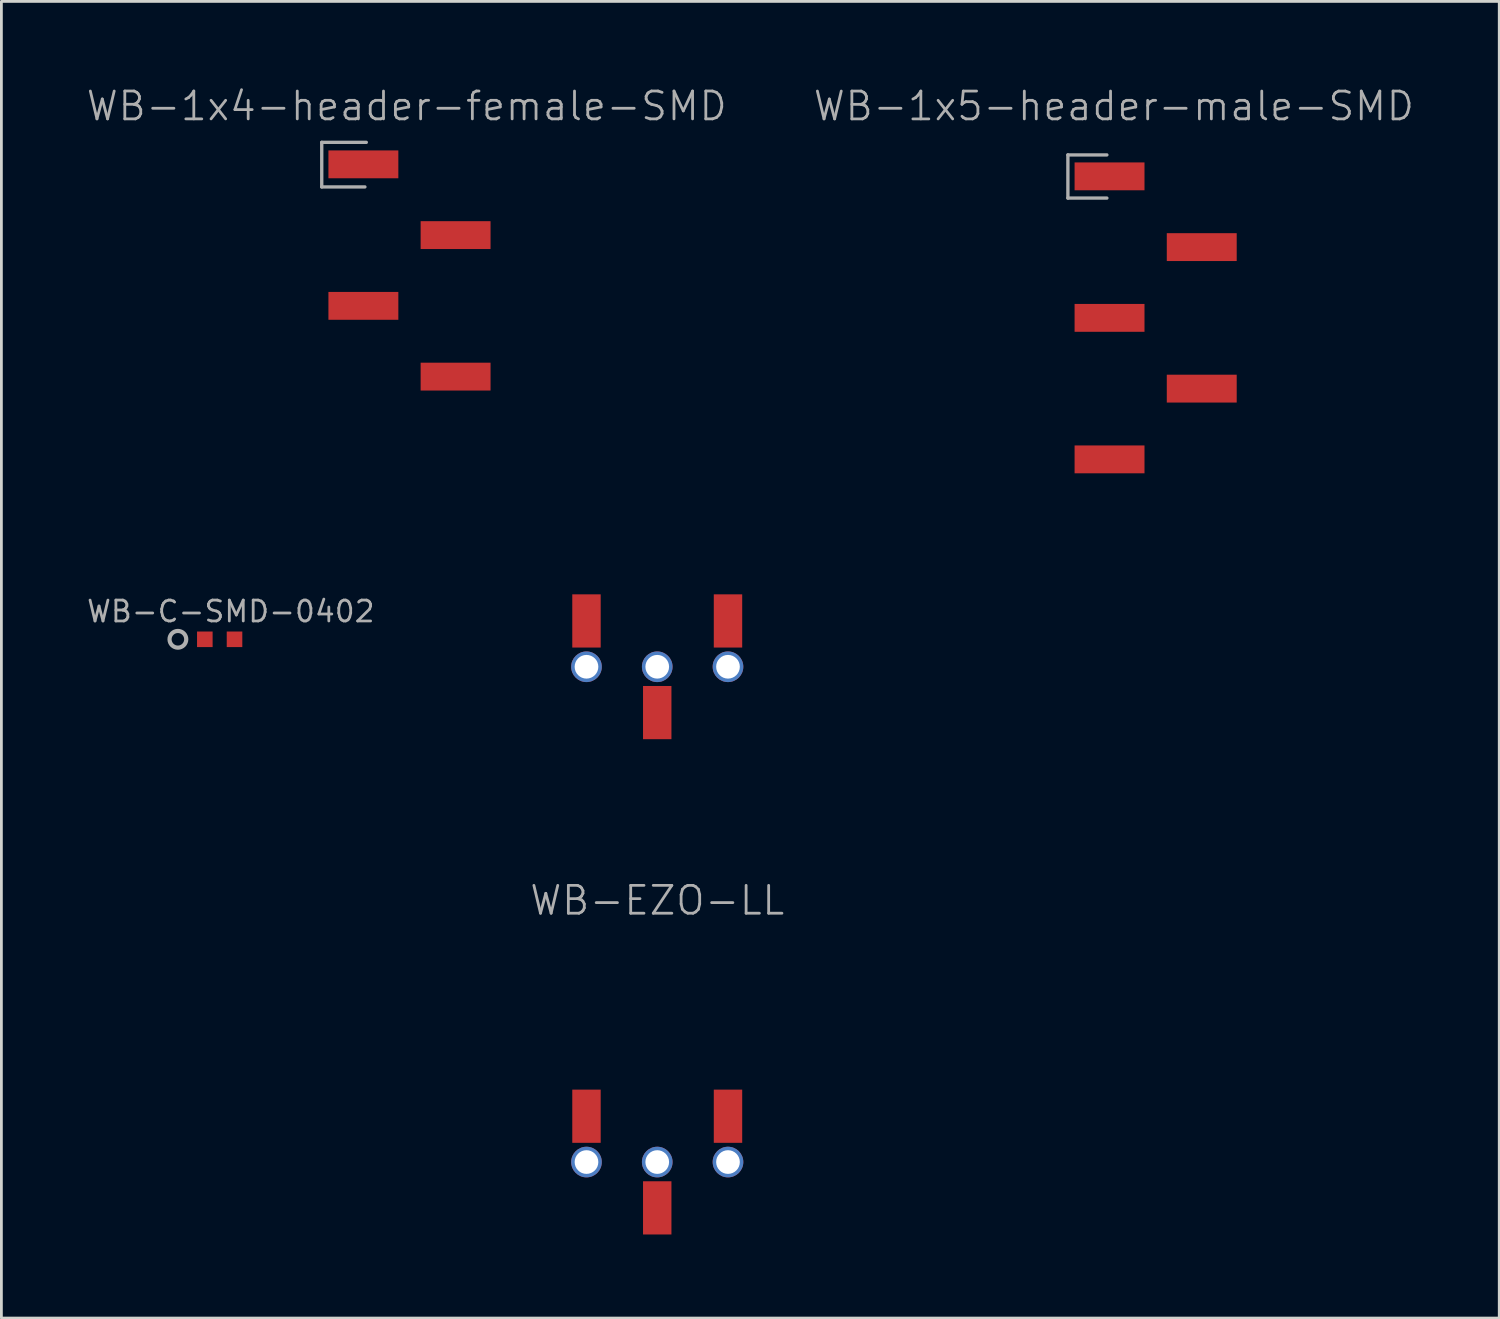
<source format=kicad_pcb>
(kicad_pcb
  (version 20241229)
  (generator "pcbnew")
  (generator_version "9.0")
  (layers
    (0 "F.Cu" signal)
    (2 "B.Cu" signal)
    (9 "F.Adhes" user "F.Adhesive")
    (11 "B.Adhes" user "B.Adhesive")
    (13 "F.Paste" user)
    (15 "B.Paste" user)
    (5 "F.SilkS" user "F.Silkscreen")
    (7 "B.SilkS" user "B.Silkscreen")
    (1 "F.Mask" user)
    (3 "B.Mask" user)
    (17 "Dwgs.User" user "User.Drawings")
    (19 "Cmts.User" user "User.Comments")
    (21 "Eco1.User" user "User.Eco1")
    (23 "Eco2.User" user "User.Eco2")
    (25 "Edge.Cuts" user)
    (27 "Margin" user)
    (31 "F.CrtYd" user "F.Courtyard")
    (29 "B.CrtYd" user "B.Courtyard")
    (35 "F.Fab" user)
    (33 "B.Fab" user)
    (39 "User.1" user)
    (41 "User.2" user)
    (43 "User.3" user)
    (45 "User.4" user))
  (footprint "WB-EZO-LL"
    (layer "F.Cu")
    (at 20.544 29.776)
    (property "Reference" "WB-EZO-LL" (at 0 -0.5 0) (layer "F.Fab") (effects (font (size 1 1) (thickness 0.1))))
    (attr smd)
    (fp_line (start -6.998 -10.16) (end -6.998 10.16) (stroke (width 0.15) (type solid)) (layer "Eco1.User"))
    (fp_line (start -6.998 -10.16) (end 6.998 -10.16) (stroke (width 0.15) (type solid)) (layer "Eco1.User"))
    (fp_line (start -6.998 10.16) (end 6.998 10.16) (stroke (width 0.15) (type solid)) (layer "Eco1.User"))
    (fp_line (start -3.81 -10.14) (end -3.81 -7.64) (stroke (width 0.15) (type solid)) (layer "Eco1.User"))
    (fp_line (start -3.81 -10.14) (end 3.81 -10.14) (stroke (width 0.15) (type solid)) (layer "Eco1.User"))
    (fp_line (start -3.81 -7.64) (end 3.81 -7.64) (stroke (width 0.15) (type solid)) (layer "Eco1.User"))
    (fp_line (start -3.81 7.64) (end -3.81 10.14) (stroke (width 0.15) (type solid)) (layer "Eco1.User"))
    (fp_line (start -3.81 7.64) (end 3.81 7.64) (stroke (width 0.15) (type solid)) (layer "Eco1.User"))
    (fp_line (start -3.81 10.14) (end 3.81 10.14) (stroke (width 0.15) (type solid)) (layer "Eco1.User"))
    (fp_line (start 3.81 -10.14) (end 3.81 -7.64) (stroke (width 0.15) (type solid)) (layer "Eco1.User"))
    (fp_line (start 3.81 7.64) (end 3.81 10.14) (stroke (width 0.15) (type solid)) (layer "Eco1.User"))
    (fp_line (start 6.998 -10.16) (end 6.998 10.16) (stroke (width 0.15) (type solid)) (layer "Eco1.User"))
    (fp_circle (center -2.54 -8.89) (end -1.905 -8.89) (stroke (width 0.15) (type solid)) (fill no) (layer "Eco1.User"))
    (fp_circle (center -2.54 8.89) (end -1.905 8.89) (stroke (width 0.15) (type solid)) (fill no) (layer "Eco1.User"))
    (fp_circle (center 0 -8.89) (end 0.635 -8.89) (stroke (width 0.15) (type solid)) (fill no) (layer "Eco1.User"))
    (fp_circle (center 0 8.89) (end 0.635 8.89) (stroke (width 0.15) (type solid)) (fill no) (layer "Eco1.User"))
    (fp_circle (center 2.54 -8.89) (end 3.175 -8.89) (stroke (width 0.15) (type solid)) (fill no) (layer "Eco1.User"))
    (fp_circle (center 2.54 8.89) (end 3.175 8.89) (stroke (width 0.15) (type solid)) (fill no) (layer "Eco1.User"))
    (pad "1" smd rect (at -2.54 -10.535) (size 1.02 1.91) (layers "F.Cu" "F.Mask" "F.Paste"))
    (pad "1" thru_hole circle (at -2.54 -8.89) (size 1.1 1.1) (drill 0.85) (layers "*.Cu" "*.Mask"))
    (pad "2" thru_hole circle (at 0 -8.89) (size 1.1 1.1) (drill 0.85) (layers "*.Cu" "*.Mask"))
    (pad "2" smd rect (at 0 -7.245) (size 1.02 1.91) (layers "F.Cu" "F.Mask" "F.Paste"))
    (pad "3" smd rect (at 2.54 -10.535) (size 1.02 1.91) (layers "F.Cu" "F.Mask" "F.Paste"))
    (pad "3" thru_hole circle (at 2.54 -8.89) (size 1.1 1.1) (drill 0.85) (layers "*.Cu" "*.Mask"))
    (pad "4" smd rect (at -2.54 7.245) (size 1.02 1.91) (layers "F.Cu" "F.Mask" "F.Paste"))
    (pad "4" thru_hole circle (at -2.54 8.89) (size 1.1 1.1) (drill 0.85) (layers "*.Cu" "*.Mask"))
    (pad "5" thru_hole circle (at 0 8.89) (size 1.1 1.1) (drill 0.85) (layers "*.Cu" "*.Mask"))
    (pad "5" smd rect (at 0 10.535) (size 1.02 1.91) (layers "F.Cu" "F.Mask" "F.Paste"))
    (pad "6" smd rect (at 2.54 7.245) (size 1.02 1.91) (layers "F.Cu" "F.Mask" "F.Paste"))
    (pad "6" thru_hole circle (at 2.54 8.89) (size 1.1 1.1) (drill 0.85) (layers "*.Cu" "*.Mask")))
  (footprint "WB-C-SMD-0402"
    (layer "F.Cu")
    (at 4.836 19.9)
    (property "Reference" "WB-C-SMD-0402" (at 0.4 -1 0) (layer "F.Fab") (effects (font (size 0.75 0.75) (thickness 0.1))))
    (attr smd)
    (fp_line (start -1.003 -0.47) (end 1.003 -0.47) (stroke (width 0.127) (type solid)) (layer "Eco1.User"))
    (fp_line (start -1.003 0.47) (end -1.003 -0.47) (stroke (width 0.127) (type solid)) (layer "Eco1.User"))
    (fp_line (start 1.003 -0.47) (end 1.003 0.47) (stroke (width 0.127) (type solid)) (layer "Eco1.User"))
    (fp_line (start 1.003 0.47) (end -1.003 0.47) (stroke (width 0.127) (type solid)) (layer "Eco1.User"))
    (fp_circle (center -1.5 0) (end -1.2 0) (stroke (width 0.15) (type solid)) (fill no) (layer "F.Fab"))
    (pad "1" smd rect (at -0.533 0) (size 0.559 0.559) (layers "F.Cu" "F.Mask" "F.Paste"))
    (pad "2" smd rect (at 0.533 0) (size 0.559 0.559) (layers "F.Cu" "F.Mask" "F.Paste")))
  (footprint "WB-1x4-header-female-SMD"
    (layer "F.Cu")
    (at 11.65 6.66)
    (property "Reference" "WB-1x4-header-female-SMD" (at -0.1 -5.9 180) (layer "F.Fab") (effects (font (size 1 1) (thickness 0.1))))
    (attr smd)
    (fp_line (start -3.45 -5.6) (end -3.45 5.6) (stroke (width 0.05) (type solid)) (layer "Eco1.User"))
    (fp_line (start -3.45 5.6) (end 3.45 5.6) (stroke (width 0.05) (type solid)) (layer "Eco1.User"))
    (fp_line (start -1.33 -5.14) (end -1.33 -4.57) (stroke (width 0.12) (type solid)) (layer "Eco1.User"))
    (fp_line (start -1.33 -5.14) (end 1.33 -5.14) (stroke (width 0.12) (type solid)) (layer "Eco1.User"))
    (fp_line (start -1.33 -4.57) (end -2.85 -4.57) (stroke (width 0.12) (type solid)) (layer "Eco1.User"))
    (fp_line (start -1.33 -3.05) (end -1.33 0.51) (stroke (width 0.12) (type solid)) (layer "Eco1.User"))
    (fp_line (start -1.33 2.03) (end -1.33 5.14) (stroke (width 0.12) (type solid)) (layer "Eco1.User"))
    (fp_line (start -1.33 5.14) (end 1.33 5.14) (stroke (width 0.12) (type solid)) (layer "Eco1.User"))
    (fp_line (start 1.33 -5.14) (end 1.33 -2.03) (stroke (width 0.12) (type solid)) (layer "Eco1.User"))
    (fp_line (start 1.33 -0.51) (end 1.33 3.05) (stroke (width 0.12) (type solid)) (layer "Eco1.User"))
    (fp_line (start 1.33 4.57) (end 1.33 5.14) (stroke (width 0.12) (type solid)) (layer "Eco1.User"))
    (fp_line (start 3.45 -5.6) (end -3.45 -5.6) (stroke (width 0.05) (type solid)) (layer "Eco1.User"))
    (fp_line (start 3.45 5.6) (end 3.45 -5.6) (stroke (width 0.05) (type solid)) (layer "Eco1.User"))
    (fp_line (start -3.15 -4.6) (end -3.15 -3) (stroke (width 0.12) (type solid)) (layer "F.Fab"))
    (fp_line (start -3.15 -3) (end -1.6 -3) (stroke (width 0.12) (type solid)) (layer "F.Fab"))
    (fp_line (start -1.55 -4.6) (end -3.15 -4.6) (stroke (width 0.12) (type solid)) (layer "F.Fab"))
    (pad "1" smd rect (at -1.655 -3.81) (size 2.51 1) (layers "F.Cu" "F.Mask" "F.Paste"))
    (pad "2" smd rect (at 1.655 -1.27) (size 2.51 1) (layers "F.Cu" "F.Mask" "F.Paste"))
    (pad "3" smd rect (at -1.655 1.27) (size 2.51 1) (layers "F.Cu" "F.Mask" "F.Paste"))
    (pad "4" smd rect (at 1.655 3.81) (size 2.51 1) (layers "F.Cu" "F.Mask" "F.Paste")))
  (footprint "WB-1x5-header-male-SMD"
    (layer "F.Cu")
    (at 38.436 8.361)
    (property "Reference" "WB-1x5-header-male-SMD" (at -1.5 -7.6 0) (layer "F.Fab") (effects (font (size 1 1) (thickness 0.1))))
    (attr smd)
    (fp_line (start -3.45 -6.85) (end -3.45 6.85) (stroke (width 0.15) (type solid)) (layer "Eco1.User"))
    (fp_line (start -3.45 6.85) (end 3.45 6.85) (stroke (width 0.15) (type solid)) (layer "Eco1.User"))
    (fp_line (start -1.33 -6.41) (end -1.33 -5.84) (stroke (width 0.12) (type solid)) (layer "Eco1.User"))
    (fp_line (start -1.33 -6.41) (end 1.33 -6.41) (stroke (width 0.12) (type solid)) (layer "Eco1.User"))
    (fp_line (start -1.33 -5.84) (end -2.85 -5.84) (stroke (width 0.12) (type solid)) (layer "Eco1.User"))
    (fp_line (start -1.33 -4.32) (end -1.33 -0.76) (stroke (width 0.12) (type solid)) (layer "Eco1.User"))
    (fp_line (start -1.33 0.76) (end -1.33 4.32) (stroke (width 0.12) (type solid)) (layer "Eco1.User"))
    (fp_line (start -1.33 6.41) (end 1.33 6.41) (stroke (width 0.12) (type solid)) (layer "Eco1.User"))
    (fp_line (start 1.33 -6.41) (end 1.33 -3.3) (stroke (width 0.12) (type solid)) (layer "Eco1.User"))
    (fp_line (start 1.33 -1.78) (end 1.33 1.78) (stroke (width 0.12) (type solid)) (layer "Eco1.User"))
    (fp_line (start 1.33 3.3) (end 1.33 6.41) (stroke (width 0.12) (type solid)) (layer "Eco1.User"))
    (fp_line (start 3.45 -6.85) (end -3.45 -6.85) (stroke (width 0.15) (type solid)) (layer "Eco1.User"))
    (fp_line (start 3.45 6.85) (end 3.45 -6.85) (stroke (width 0.15) (type solid)) (layer "Eco1.User"))
    (fp_line (start -3.15 -5.85) (end -3.15 -4.3) (stroke (width 0.12) (type solid)) (layer "F.Fab"))
    (fp_line (start -3.15 -4.3) (end -1.75 -4.3) (stroke (width 0.12) (type solid)) (layer "F.Fab"))
    (fp_line (start -1.75 -5.85) (end -3.15 -5.85) (stroke (width 0.12) (type solid)) (layer "F.Fab"))
    (pad "1" smd rect (at -1.655 -5.08) (size 2.51 1) (layers "F.Cu" "F.Mask" "F.Paste"))
    (pad "2" smd rect (at 1.655 -2.54) (size 2.51 1) (layers "F.Cu" "F.Mask" "F.Paste"))
    (pad "3" smd rect (at -1.655 0) (size 2.51 1) (layers "F.Cu" "F.Mask" "F.Paste"))
    (pad "4" smd rect (at 1.655 2.54) (size 2.51 1) (layers "F.Cu" "F.Mask" "F.Paste"))
    (pad "5" smd rect (at -1.655 5.08) (size 2.51 1) (layers "F.Cu" "F.Mask" "F.Paste")))
  (gr_rect
    (start -3 -3)
    (end 50.771 44.266)
    (stroke (width 0.1) (type default))
    (fill no)
    (layer "Edge.Cuts")))
</source>
